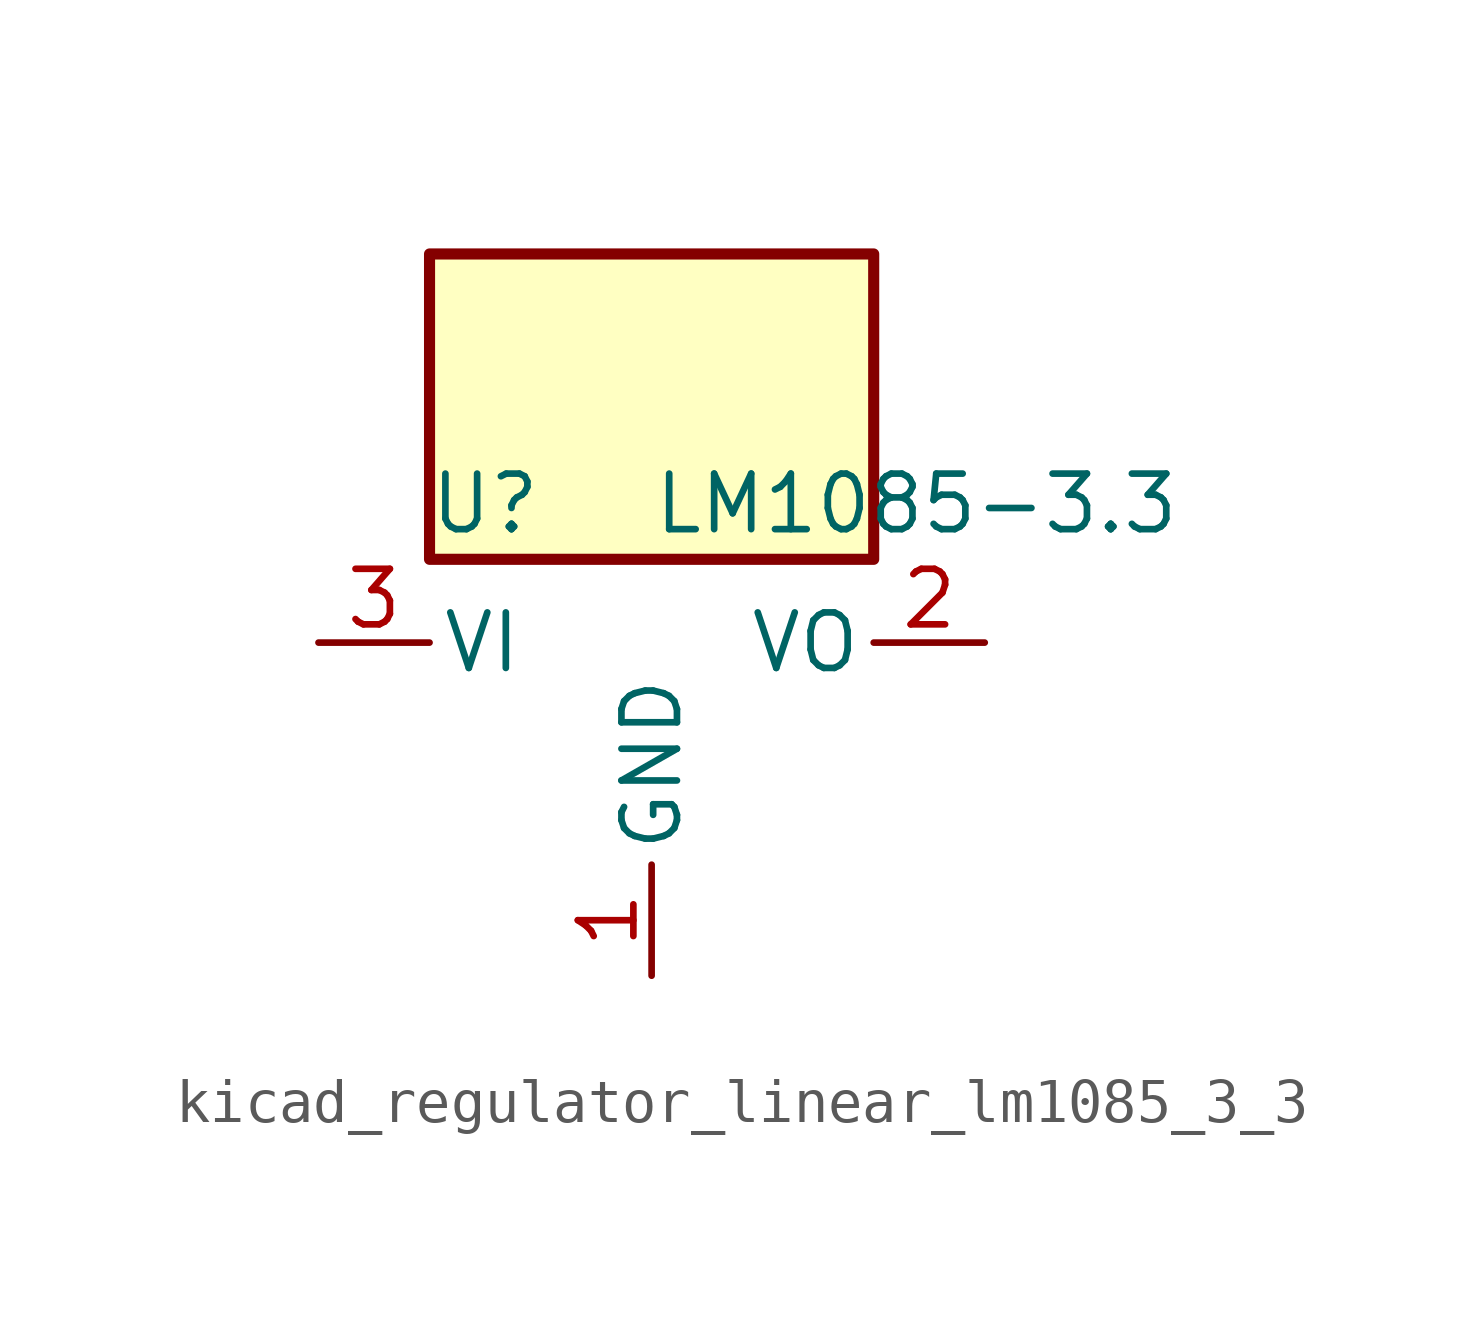
<source format=kicad_sym>
(kicad_symbol_lib
  (version 20220914)
  (generator kicad_symbol_editor)
  (symbol "kicad_regulator_linear_lm1085_3_3"
    (pin_names
      (offset 0.254))
    (property "Reference" "U"
      (at -3.81 3.175 0)
      (effects (font (size 1.27 1.27))))
    (property "Value" "LM1085-3.3"
      (at 0 3.175 0)
      (effects (font (size 1.27 1.27)) (justify left)))
    (symbol "kicad_regulator_linear_lm1085_3_3_0_1"
      (rectangle (start 5.08 8.89) (end -5.08 1.905) (stroke (width 0.254) (type default)) (fill (type background))))
    (symbol "kicad_regulator_linear_lm1085_3_3_1_1"
      (pin power_in line (at 0 -7.62 90) (length 2.54) (name "GND" (effects (font (size 1.27 1.27)))) (number "1" (effects (font (size 1.27 1.27)))))
      (pin power_out line (at 7.62 0 180) (length 2.54) (name "VO" (effects (font (size 1.27 1.27)))) (number "2" (effects (font (size 1.27 1.27)))))
      (pin power_in line (at -7.62 0 0) (length 2.54) (name "VI" (effects (font (size 1.27 1.27)))) (number "3" (effects (font (size 1.27 1.27))))))))
</source>
